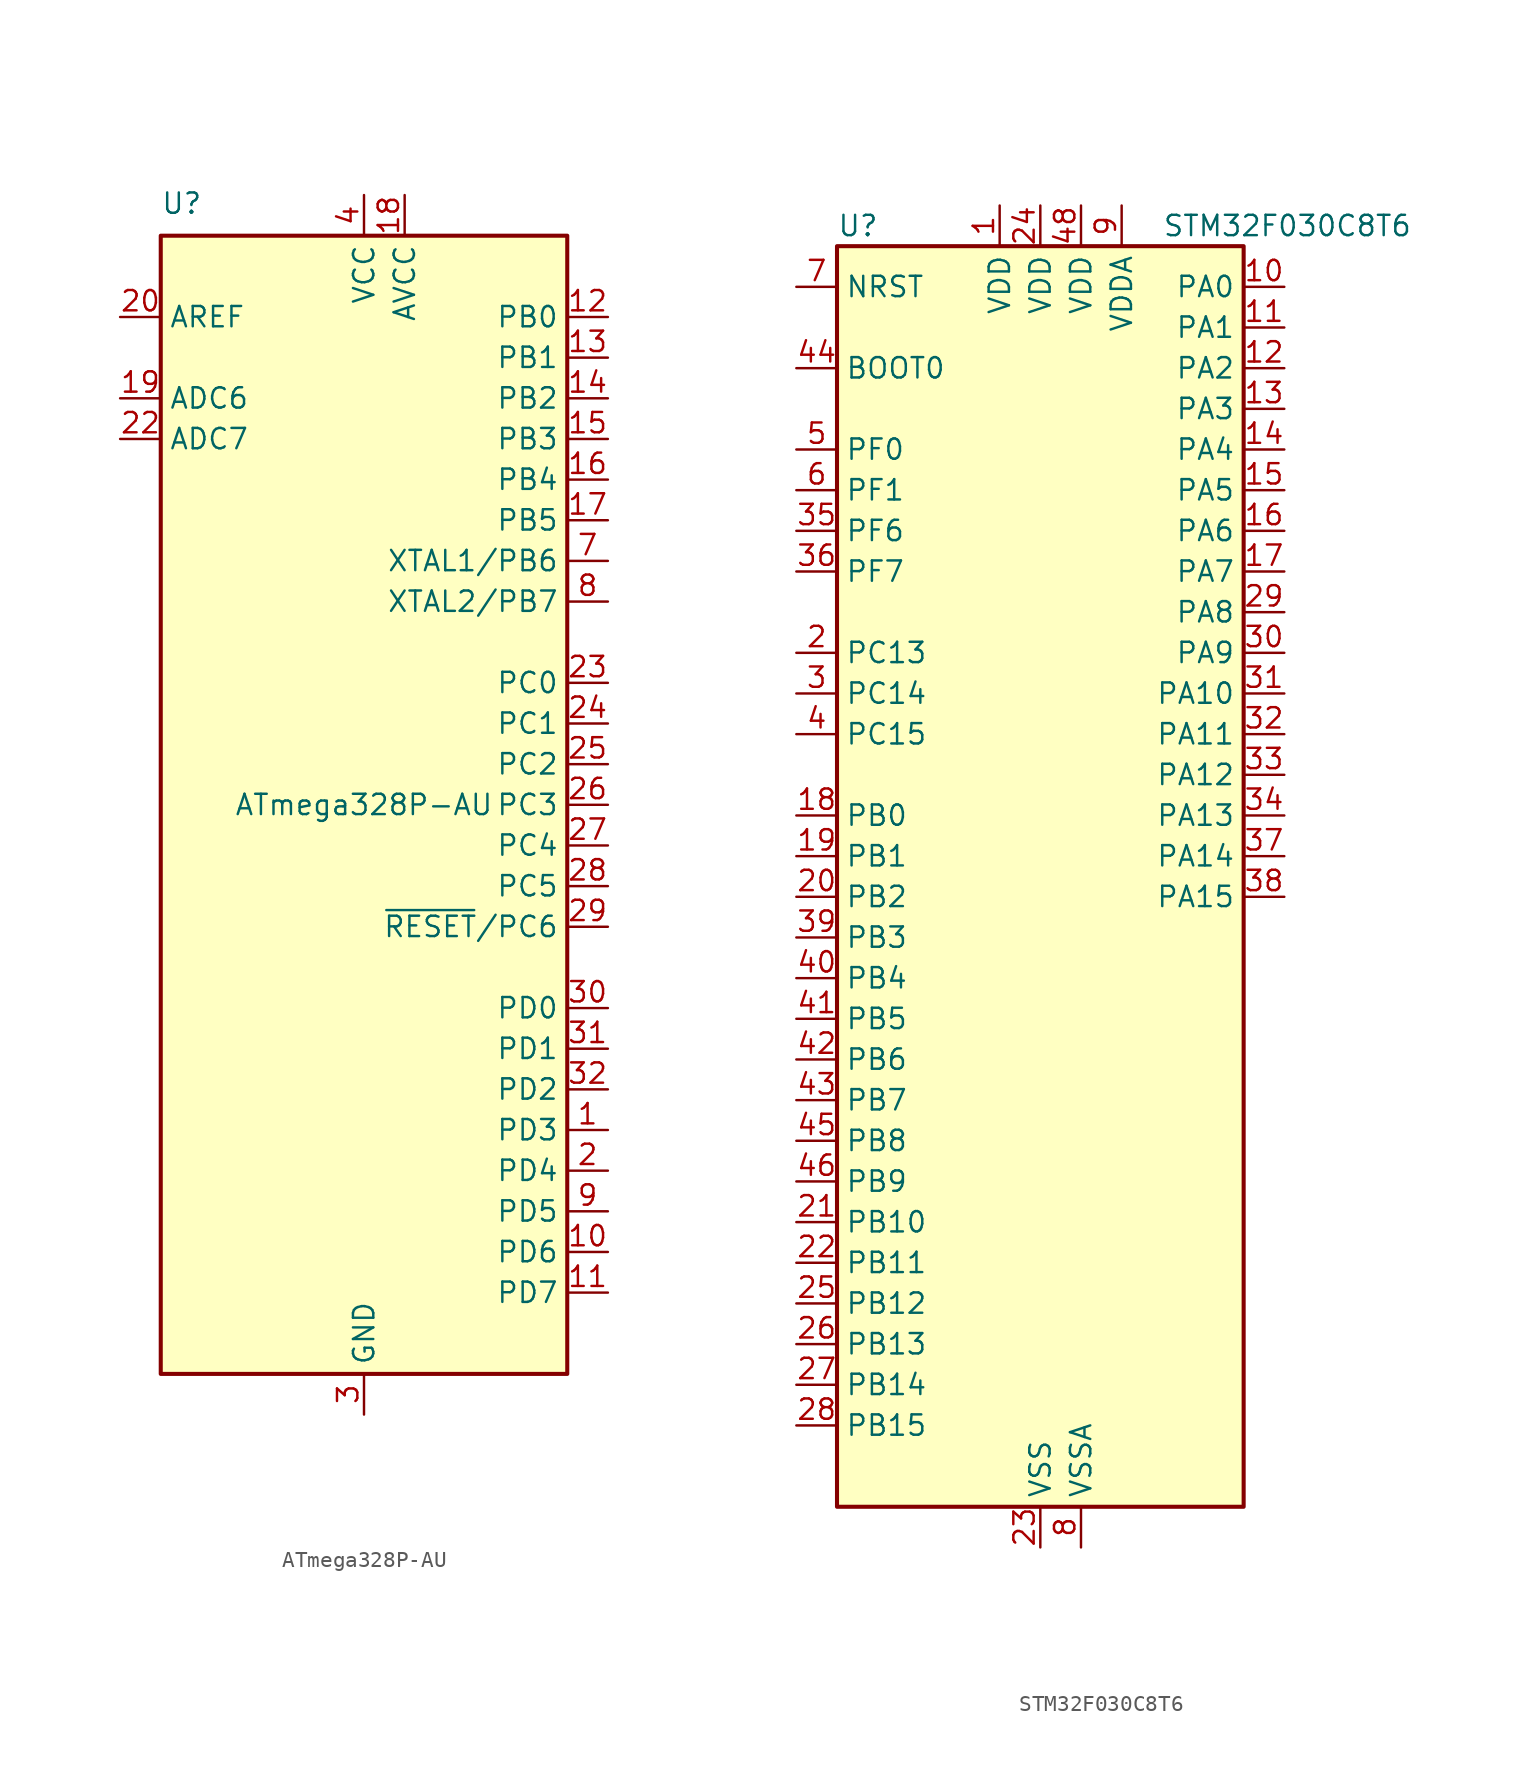
<source format=kicad_sym>
(kicad_symbol_lib
  (version 20231120)
  (generator "kicad_symbol_editor")
  (generator_version "8.0")
  (symbol "ATmega328P-AU"
    (property "Reference" "U"
      (at -12.7 36.83 0)
      (effects (font (size 1.27 1.27)) (justify left bottom)))
    (property "Value" "ATmega328P-AU"
      (at 0 0 0)
      (effects (font (size 1.27 1.27))))
    (symbol "ATmega328P-AU_0_1"
      (rectangle (start -12.7 -35.56) (end 12.7 35.56) (stroke (width 0.254) (type default)) (fill (type background))))
    (symbol "ATmega328P-AU_1_1"
      (pin bidirectional line (at 15.24 -20.32 180) (length 2.54) (name "PD3" (effects (font (size 1.27 1.27)))) (number "1" (effects (font (size 1.27 1.27)))))
      (pin bidirectional line (at 15.24 -27.94 180) (length 2.54) (name "PD6" (effects (font (size 1.27 1.27)))) (number "10" (effects (font (size 1.27 1.27)))))
      (pin bidirectional line (at 15.24 -30.48 180) (length 2.54) (name "PD7" (effects (font (size 1.27 1.27)))) (number "11" (effects (font (size 1.27 1.27)))))
      (pin bidirectional line (at 15.24 30.48 180) (length 2.54) (name "PB0" (effects (font (size 1.27 1.27)))) (number "12" (effects (font (size 1.27 1.27)))))
      (pin bidirectional line (at 15.24 27.94 180) (length 2.54) (name "PB1" (effects (font (size 1.27 1.27)))) (number "13" (effects (font (size 1.27 1.27)))))
      (pin bidirectional line (at 15.24 25.4 180) (length 2.54) (name "PB2" (effects (font (size 1.27 1.27)))) (number "14" (effects (font (size 1.27 1.27)))))
      (pin bidirectional line (at 15.24 22.86 180) (length 2.54) (name "PB3" (effects (font (size 1.27 1.27)))) (number "15" (effects (font (size 1.27 1.27)))))
      (pin bidirectional line (at 15.24 20.32 180) (length 2.54) (name "PB4" (effects (font (size 1.27 1.27)))) (number "16" (effects (font (size 1.27 1.27)))))
      (pin bidirectional line (at 15.24 17.78 180) (length 2.54) (name "PB5" (effects (font (size 1.27 1.27)))) (number "17" (effects (font (size 1.27 1.27)))))
      (pin power_in line (at 2.54 38.1 270) (length 2.54) (name "AVCC" (effects (font (size 1.27 1.27)))) (number "18" (effects (font (size 1.27 1.27)))))
      (pin input line (at -15.24 25.4 0) (length 2.54) (name "ADC6" (effects (font (size 1.27 1.27)))) (number "19" (effects (font (size 1.27 1.27)))))
      (pin bidirectional line (at 15.24 -22.86 180) (length 2.54) (name "PD4" (effects (font (size 1.27 1.27)))) (number "2" (effects (font (size 1.27 1.27)))))
      (pin passive line (at -15.24 30.48 0) (length 2.54) (name "AREF" (effects (font (size 1.27 1.27)))) (number "20" (effects (font (size 1.27 1.27)))))
      (pin passive line (at 0 -38.1 90) (length 2.54) hide (name "GND" (effects (font (size 1.27 1.27)))) (number "21" (effects (font (size 1.27 1.27)))))
      (pin input line (at -15.24 22.86 0) (length 2.54) (name "ADC7" (effects (font (size 1.27 1.27)))) (number "22" (effects (font (size 1.27 1.27)))))
      (pin bidirectional line (at 15.24 7.62 180) (length 2.54) (name "PC0" (effects (font (size 1.27 1.27)))) (number "23" (effects (font (size 1.27 1.27)))))
      (pin bidirectional line (at 15.24 5.08 180) (length 2.54) (name "PC1" (effects (font (size 1.27 1.27)))) (number "24" (effects (font (size 1.27 1.27)))))
      (pin bidirectional line (at 15.24 2.54 180) (length 2.54) (name "PC2" (effects (font (size 1.27 1.27)))) (number "25" (effects (font (size 1.27 1.27)))))
      (pin bidirectional line (at 15.24 0 180) (length 2.54) (name "PC3" (effects (font (size 1.27 1.27)))) (number "26" (effects (font (size 1.27 1.27)))))
      (pin bidirectional line (at 15.24 -2.54 180) (length 2.54) (name "PC4" (effects (font (size 1.27 1.27)))) (number "27" (effects (font (size 1.27 1.27)))))
      (pin bidirectional line (at 15.24 -5.08 180) (length 2.54) (name "PC5" (effects (font (size 1.27 1.27)))) (number "28" (effects (font (size 1.27 1.27)))))
      (pin bidirectional line (at 15.24 -7.62 180) (length 2.54) (name "~{RESET}/PC6" (effects (font (size 1.27 1.27)))) (number "29" (effects (font (size 1.27 1.27)))))
      (pin power_in line (at 0 -38.1 90) (length 2.54) (name "GND" (effects (font (size 1.27 1.27)))) (number "3" (effects (font (size 1.27 1.27)))))
      (pin bidirectional line (at 15.24 -12.7 180) (length 2.54) (name "PD0" (effects (font (size 1.27 1.27)))) (number "30" (effects (font (size 1.27 1.27)))))
      (pin bidirectional line (at 15.24 -15.24 180) (length 2.54) (name "PD1" (effects (font (size 1.27 1.27)))) (number "31" (effects (font (size 1.27 1.27)))))
      (pin bidirectional line (at 15.24 -17.78 180) (length 2.54) (name "PD2" (effects (font (size 1.27 1.27)))) (number "32" (effects (font (size 1.27 1.27)))))
      (pin power_in line (at 0 38.1 270) (length 2.54) (name "VCC" (effects (font (size 1.27 1.27)))) (number "4" (effects (font (size 1.27 1.27)))))
      (pin passive line (at 0 -38.1 90) (length 2.54) hide (name "GND" (effects (font (size 1.27 1.27)))) (number "5" (effects (font (size 1.27 1.27)))))
      (pin passive line (at 0 38.1 270) (length 2.54) hide (name "VCC" (effects (font (size 1.27 1.27)))) (number "6" (effects (font (size 1.27 1.27)))))
      (pin bidirectional line (at 15.24 15.24 180) (length 2.54) (name "XTAL1/PB6" (effects (font (size 1.27 1.27)))) (number "7" (effects (font (size 1.27 1.27)))))
      (pin bidirectional line (at 15.24 12.7 180) (length 2.54) (name "XTAL2/PB7" (effects (font (size 1.27 1.27)))) (number "8" (effects (font (size 1.27 1.27)))))
      (pin bidirectional line (at 15.24 -25.4 180) (length 2.54) (name "PD5" (effects (font (size 1.27 1.27)))) (number "9" (effects (font (size 1.27 1.27)))))))
  (symbol "STM32F030C8T6"
    (property "Reference" "U"
      (at -12.7 41.91 0)
      (effects (font (size 1.27 1.27)) (justify left)))
    (property "Value" "STM32F030C8T6"
      (at 7.62 41.91 0)
      (effects (font (size 1.27 1.27)) (justify left)))
    (symbol "STM32F030C8T6_0_1"
      (rectangle (start -12.7 -38.1) (end 12.7 40.64) (stroke (width 0.254) (type default)) (fill (type background))))
    (symbol "STM32F030C8T6_1_1"
      (pin power_in line (at -2.54 43.18 270) (length 2.54) (name "VDD" (effects (font (size 1.27 1.27)))) (number "1" (effects (font (size 1.27 1.27)))))
      (pin bidirectional line (at 15.24 38.1 180) (length 2.54) (name "PA0" (effects (font (size 1.27 1.27)))) (number "10" (effects (font (size 1.27 1.27)))) (alternate "ADC_IN0" bidirectional line) (alternate "RTC_TAMP2" bidirectional line) (alternate "SYS_WKUP1" bidirectional line) (alternate "USART2_CTS" bidirectional line))
      (pin bidirectional line (at 15.24 35.56 180) (length 2.54) (name "PA1" (effects (font (size 1.27 1.27)))) (number "11" (effects (font (size 1.27 1.27)))) (alternate "ADC_IN1" bidirectional line) (alternate "USART2_DE" bidirectional line) (alternate "USART2_RTS" bidirectional line))
      (pin bidirectional line (at 15.24 33.02 180) (length 2.54) (name "PA2" (effects (font (size 1.27 1.27)))) (number "12" (effects (font (size 1.27 1.27)))) (alternate "ADC_IN2" bidirectional line) (alternate "TIM15_CH1" bidirectional line) (alternate "USART2_TX" bidirectional line))
      (pin bidirectional line (at 15.24 30.48 180) (length 2.54) (name "PA3" (effects (font (size 1.27 1.27)))) (number "13" (effects (font (size 1.27 1.27)))) (alternate "ADC_IN3" bidirectional line) (alternate "TIM15_CH2" bidirectional line) (alternate "USART2_RX" bidirectional line))
      (pin bidirectional line (at 15.24 27.94 180) (length 2.54) (name "PA4" (effects (font (size 1.27 1.27)))) (number "14" (effects (font (size 1.27 1.27)))) (alternate "ADC_IN4" bidirectional line) (alternate "SPI1_NSS" bidirectional line) (alternate "TIM14_CH1" bidirectional line) (alternate "USART2_CK" bidirectional line))
      (pin bidirectional line (at 15.24 25.4 180) (length 2.54) (name "PA5" (effects (font (size 1.27 1.27)))) (number "15" (effects (font (size 1.27 1.27)))) (alternate "ADC_IN5" bidirectional line) (alternate "SPI1_SCK" bidirectional line))
      (pin bidirectional line (at 15.24 22.86 180) (length 2.54) (name "PA6" (effects (font (size 1.27 1.27)))) (number "16" (effects (font (size 1.27 1.27)))) (alternate "ADC_IN6" bidirectional line) (alternate "SPI1_MISO" bidirectional line) (alternate "TIM16_CH1" bidirectional line) (alternate "TIM1_BKIN" bidirectional line) (alternate "TIM3_CH1" bidirectional line))
      (pin bidirectional line (at 15.24 20.32 180) (length 2.54) (name "PA7" (effects (font (size 1.27 1.27)))) (number "17" (effects (font (size 1.27 1.27)))) (alternate "ADC_IN7" bidirectional line) (alternate "SPI1_MOSI" bidirectional line) (alternate "TIM14_CH1" bidirectional line) (alternate "TIM17_CH1" bidirectional line) (alternate "TIM1_CH1N" bidirectional line) (alternate "TIM3_CH2" bidirectional line))
      (pin bidirectional line (at -15.24 5.08 0) (length 2.54) (name "PB0" (effects (font (size 1.27 1.27)))) (number "18" (effects (font (size 1.27 1.27)))) (alternate "ADC_IN8" bidirectional line) (alternate "TIM1_CH2N" bidirectional line) (alternate "TIM3_CH3" bidirectional line))
      (pin bidirectional line (at -15.24 2.54 0) (length 2.54) (name "PB1" (effects (font (size 1.27 1.27)))) (number "19" (effects (font (size 1.27 1.27)))) (alternate "ADC_IN9" bidirectional line) (alternate "TIM14_CH1" bidirectional line) (alternate "TIM1_CH3N" bidirectional line) (alternate "TIM3_CH4" bidirectional line))
      (pin bidirectional line (at -15.24 15.24 0) (length 2.54) (name "PC13" (effects (font (size 1.27 1.27)))) (number "2" (effects (font (size 1.27 1.27)))) (alternate "RTC_OUT_ALARM" bidirectional line) (alternate "RTC_OUT_CALIB" bidirectional line) (alternate "RTC_TAMP1" bidirectional line) (alternate "RTC_TS" bidirectional line) (alternate "SYS_WKUP2" bidirectional line))
      (pin bidirectional line (at -15.24 0 0) (length 2.54) (name "PB2" (effects (font (size 1.27 1.27)))) (number "20" (effects (font (size 1.27 1.27)))))
      (pin bidirectional line (at -15.24 -20.32 0) (length 2.54) (name "PB10" (effects (font (size 1.27 1.27)))) (number "21" (effects (font (size 1.27 1.27)))) (alternate "I2C2_SCL" bidirectional line))
      (pin bidirectional line (at -15.24 -22.86 0) (length 2.54) (name "PB11" (effects (font (size 1.27 1.27)))) (number "22" (effects (font (size 1.27 1.27)))) (alternate "I2C2_SDA" bidirectional line))
      (pin power_in line (at 0 -40.64 90) (length 2.54) (name "VSS" (effects (font (size 1.27 1.27)))) (number "23" (effects (font (size 1.27 1.27)))))
      (pin power_in line (at 0 43.18 270) (length 2.54) (name "VDD" (effects (font (size 1.27 1.27)))) (number "24" (effects (font (size 1.27 1.27)))))
      (pin bidirectional line (at -15.24 -25.4 0) (length 2.54) (name "PB12" (effects (font (size 1.27 1.27)))) (number "25" (effects (font (size 1.27 1.27)))) (alternate "SPI2_NSS" bidirectional line) (alternate "TIM1_BKIN" bidirectional line))
      (pin bidirectional line (at -15.24 -27.94 0) (length 2.54) (name "PB13" (effects (font (size 1.27 1.27)))) (number "26" (effects (font (size 1.27 1.27)))) (alternate "SPI2_SCK" bidirectional line) (alternate "TIM1_CH1N" bidirectional line))
      (pin bidirectional line (at -15.24 -30.48 0) (length 2.54) (name "PB14" (effects (font (size 1.27 1.27)))) (number "27" (effects (font (size 1.27 1.27)))) (alternate "SPI2_MISO" bidirectional line) (alternate "TIM15_CH1" bidirectional line) (alternate "TIM1_CH2N" bidirectional line))
      (pin bidirectional line (at -15.24 -33.02 0) (length 2.54) (name "PB15" (effects (font (size 1.27 1.27)))) (number "28" (effects (font (size 1.27 1.27)))) (alternate "RTC_REFIN" bidirectional line) (alternate "SPI2_MOSI" bidirectional line) (alternate "TIM15_CH1N" bidirectional line) (alternate "TIM15_CH2" bidirectional line) (alternate "TIM1_CH3N" bidirectional line))
      (pin bidirectional line (at 15.24 17.78 180) (length 2.54) (name "PA8" (effects (font (size 1.27 1.27)))) (number "29" (effects (font (size 1.27 1.27)))) (alternate "RCC_MCO" bidirectional line) (alternate "TIM1_CH1" bidirectional line) (alternate "USART1_CK" bidirectional line))
      (pin bidirectional line (at -15.24 12.7 0) (length 2.54) (name "PC14" (effects (font (size 1.27 1.27)))) (number "3" (effects (font (size 1.27 1.27)))) (alternate "RCC_OSC32_IN" bidirectional line))
      (pin bidirectional line (at 15.24 15.24 180) (length 2.54) (name "PA9" (effects (font (size 1.27 1.27)))) (number "30" (effects (font (size 1.27 1.27)))) (alternate "TIM15_BKIN" bidirectional line) (alternate "TIM1_CH2" bidirectional line) (alternate "USART1_TX" bidirectional line))
      (pin bidirectional line (at 15.24 12.7 180) (length 2.54) (name "PA10" (effects (font (size 1.27 1.27)))) (number "31" (effects (font (size 1.27 1.27)))) (alternate "TIM17_BKIN" bidirectional line) (alternate "TIM1_CH3" bidirectional line) (alternate "USART1_RX" bidirectional line))
      (pin bidirectional line (at 15.24 10.16 180) (length 2.54) (name "PA11" (effects (font (size 1.27 1.27)))) (number "32" (effects (font (size 1.27 1.27)))) (alternate "TIM1_CH4" bidirectional line) (alternate "USART1_CTS" bidirectional line))
      (pin bidirectional line (at 15.24 7.62 180) (length 2.54) (name "PA12" (effects (font (size 1.27 1.27)))) (number "33" (effects (font (size 1.27 1.27)))) (alternate "TIM1_ETR" bidirectional line) (alternate "USART1_DE" bidirectional line) (alternate "USART1_RTS" bidirectional line))
      (pin bidirectional line (at 15.24 5.08 180) (length 2.54) (name "PA13" (effects (font (size 1.27 1.27)))) (number "34" (effects (font (size 1.27 1.27)))) (alternate "IR_OUT" bidirectional line) (alternate "SYS_SWDIO" bidirectional line))
      (pin bidirectional line (at -15.24 22.86 0) (length 2.54) (name "PF6" (effects (font (size 1.27 1.27)))) (number "35" (effects (font (size 1.27 1.27)))) (alternate "I2C2_SCL" bidirectional line))
      (pin bidirectional line (at -15.24 20.32 0) (length 2.54) (name "PF7" (effects (font (size 1.27 1.27)))) (number "36" (effects (font (size 1.27 1.27)))) (alternate "I2C2_SDA" bidirectional line))
      (pin bidirectional line (at 15.24 2.54 180) (length 2.54) (name "PA14" (effects (font (size 1.27 1.27)))) (number "37" (effects (font (size 1.27 1.27)))) (alternate "SYS_SWCLK" bidirectional line) (alternate "USART2_TX" bidirectional line))
      (pin bidirectional line (at 15.24 0 180) (length 2.54) (name "PA15" (effects (font (size 1.27 1.27)))) (number "38" (effects (font (size 1.27 1.27)))) (alternate "SPI1_NSS" bidirectional line) (alternate "USART2_RX" bidirectional line))
      (pin bidirectional line (at -15.24 -2.54 0) (length 2.54) (name "PB3" (effects (font (size 1.27 1.27)))) (number "39" (effects (font (size 1.27 1.27)))) (alternate "SPI1_SCK" bidirectional line))
      (pin bidirectional line (at -15.24 10.16 0) (length 2.54) (name "PC15" (effects (font (size 1.27 1.27)))) (number "4" (effects (font (size 1.27 1.27)))) (alternate "RCC_OSC32_OUT" bidirectional line))
      (pin bidirectional line (at -15.24 -5.08 0) (length 2.54) (name "PB4" (effects (font (size 1.27 1.27)))) (number "40" (effects (font (size 1.27 1.27)))) (alternate "SPI1_MISO" bidirectional line) (alternate "TIM3_CH1" bidirectional line))
      (pin bidirectional line (at -15.24 -7.62 0) (length 2.54) (name "PB5" (effects (font (size 1.27 1.27)))) (number "41" (effects (font (size 1.27 1.27)))) (alternate "I2C1_SMBA" bidirectional line) (alternate "SPI1_MOSI" bidirectional line) (alternate "TIM16_BKIN" bidirectional line) (alternate "TIM3_CH2" bidirectional line))
      (pin bidirectional line (at -15.24 -10.16 0) (length 2.54) (name "PB6" (effects (font (size 1.27 1.27)))) (number "42" (effects (font (size 1.27 1.27)))) (alternate "I2C1_SCL" bidirectional line) (alternate "TIM16_CH1N" bidirectional line) (alternate "USART1_TX" bidirectional line))
      (pin bidirectional line (at -15.24 -12.7 0) (length 2.54) (name "PB7" (effects (font (size 1.27 1.27)))) (number "43" (effects (font (size 1.27 1.27)))) (alternate "I2C1_SDA" bidirectional line) (alternate "TIM17_CH1N" bidirectional line) (alternate "USART1_RX" bidirectional line))
      (pin input line (at -15.24 33.02 0) (length 2.54) (name "BOOT0" (effects (font (size 1.27 1.27)))) (number "44" (effects (font (size 1.27 1.27)))))
      (pin bidirectional line (at -15.24 -15.24 0) (length 2.54) (name "PB8" (effects (font (size 1.27 1.27)))) (number "45" (effects (font (size 1.27 1.27)))) (alternate "I2C1_SCL" bidirectional line) (alternate "TIM16_CH1" bidirectional line))
      (pin bidirectional line (at -15.24 -17.78 0) (length 2.54) (name "PB9" (effects (font (size 1.27 1.27)))) (number "46" (effects (font (size 1.27 1.27)))) (alternate "I2C1_SDA" bidirectional line) (alternate "IR_OUT" bidirectional line) (alternate "TIM17_CH1" bidirectional line))
      (pin passive line (at 0 -40.64 90) (length 2.54) hide (name "VSS" (effects (font (size 1.27 1.27)))) (number "47" (effects (font (size 1.27 1.27)))))
      (pin power_in line (at 2.54 43.18 270) (length 2.54) (name "VDD" (effects (font (size 1.27 1.27)))) (number "48" (effects (font (size 1.27 1.27)))))
      (pin bidirectional line (at -15.24 27.94 0) (length 2.54) (name "PF0" (effects (font (size 1.27 1.27)))) (number "5" (effects (font (size 1.27 1.27)))) (alternate "RCC_OSC_IN" bidirectional line))
      (pin bidirectional line (at -15.24 25.4 0) (length 2.54) (name "PF1" (effects (font (size 1.27 1.27)))) (number "6" (effects (font (size 1.27 1.27)))) (alternate "RCC_OSC_OUT" bidirectional line))
      (pin input line (at -15.24 38.1 0) (length 2.54) (name "NRST" (effects (font (size 1.27 1.27)))) (number "7" (effects (font (size 1.27 1.27)))))
      (pin power_in line (at 2.54 -40.64 90) (length 2.54) (name "VSSA" (effects (font (size 1.27 1.27)))) (number "8" (effects (font (size 1.27 1.27)))))
      (pin power_in line (at 5.08 43.18 270) (length 2.54) (name "VDDA" (effects (font (size 1.27 1.27)))) (number "9" (effects (font (size 1.27 1.27))))))))
</source>
